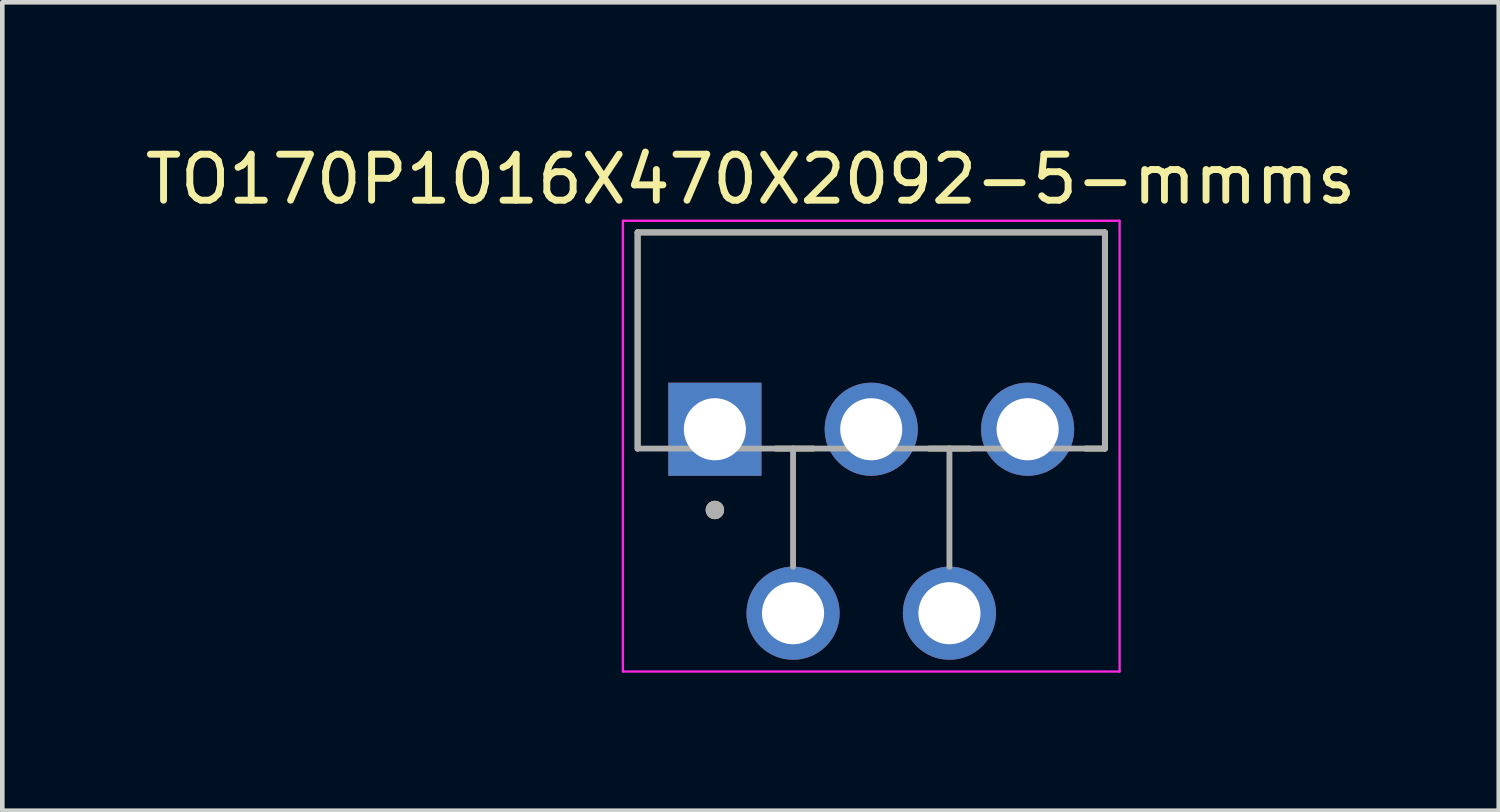
<source format=kicad_pcb>
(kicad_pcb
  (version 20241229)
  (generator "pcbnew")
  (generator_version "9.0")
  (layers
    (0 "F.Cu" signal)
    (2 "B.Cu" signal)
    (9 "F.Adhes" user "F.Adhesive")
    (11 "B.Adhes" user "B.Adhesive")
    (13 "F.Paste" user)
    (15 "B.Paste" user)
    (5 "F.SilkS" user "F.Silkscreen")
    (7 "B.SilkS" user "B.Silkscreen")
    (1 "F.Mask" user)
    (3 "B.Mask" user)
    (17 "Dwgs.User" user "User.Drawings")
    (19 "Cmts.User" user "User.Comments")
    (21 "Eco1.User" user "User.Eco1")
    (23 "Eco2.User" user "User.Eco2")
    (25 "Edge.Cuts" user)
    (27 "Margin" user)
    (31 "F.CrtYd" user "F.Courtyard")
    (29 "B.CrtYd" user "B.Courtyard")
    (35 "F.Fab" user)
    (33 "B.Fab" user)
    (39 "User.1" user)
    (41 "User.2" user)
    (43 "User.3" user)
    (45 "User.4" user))
  (footprint "TO170P1016X470X2092-5-mmms"
    (layer "F.Cu")
    (at 12.493 6.283)
    (property "Reference" "TO170P1016X470X2092-5-mmms" (at 0.775 -5.435 0) (layer "F.SilkS") (effects (font (size 1 1) (thickness 0.15))))
    (attr through_hole)
    (fp_line (start -1.68 -4.28) (end -1.68 0.42) (stroke (width 0.127) (type solid)) (layer "F.SilkS"))
    (fp_line (start -1.68 -4.28) (end 8.48 -4.28) (stroke (width 0.127) (type solid)) (layer "F.SilkS"))
    (fp_line (start 1.329 0.42) (end 2.14 0.42) (stroke (width 0.127) (type solid)) (layer "F.SilkS"))
    (fp_line (start 4.66 0.42) (end 5.54 0.42) (stroke (width 0.127) (type solid)) (layer "F.SilkS"))
    (fp_line (start 8.06 0.42) (end 8.48 0.42) (stroke (width 0.127) (type solid)) (layer "F.SilkS"))
    (fp_line (start 8.48 -4.28) (end 8.48 0.42) (stroke (width 0.127) (type solid)) (layer "F.SilkS"))
    (fp_circle (center 0 1.755) (end 0.1 1.755) (stroke (width 0.2) (type solid)) (fill no) (layer "F.SilkS"))
    (fp_line (start -2 -4.533) (end -2 5.268) (stroke (width 0.05) (type solid)) (layer "F.CrtYd"))
    (fp_line (start -2 -4.533) (end 8.8 -4.533) (stroke (width 0.05) (type solid)) (layer "F.CrtYd"))
    (fp_line (start -2 5.268) (end 8.8 5.268) (stroke (width 0.05) (type solid)) (layer "F.CrtYd"))
    (fp_line (start 8.8 -4.533) (end 8.8 5.268) (stroke (width 0.05) (type solid)) (layer "F.CrtYd"))
    (fp_line (start -1.68 -4.28) (end -1.68 0.42) (stroke (width 0.127) (type solid)) (layer "F.Fab"))
    (fp_line (start -1.68 -4.28) (end 8.48 -4.28) (stroke (width 0.127) (type solid)) (layer "F.Fab"))
    (fp_line (start -1.68 0.42) (end 1.7 0.42) (stroke (width 0.127) (type solid)) (layer "F.Fab"))
    (fp_line (start 1.7 0.42) (end 1.7 2.99) (stroke (width 0.127) (type solid)) (layer "F.Fab"))
    (fp_line (start 1.7 0.42) (end 5.1 0.42) (stroke (width 0.127) (type solid)) (layer "F.Fab"))
    (fp_line (start 5.1 0.42) (end 5.1 2.99) (stroke (width 0.127) (type solid)) (layer "F.Fab"))
    (fp_line (start 5.1 0.42) (end 8.48 0.42) (stroke (width 0.127) (type solid)) (layer "F.Fab"))
    (fp_line (start 8.48 -4.28) (end 8.48 0.42) (stroke (width 0.127) (type solid)) (layer "F.Fab"))
    (fp_circle (center 0 1.755) (end 0.1 1.755) (stroke (width 0.2) (type solid)) (fill no) (layer "F.Fab"))
    (pad "1" thru_hole rect (at 0 0) (size 2.025 2.025) (drill 1.35) (layers "*.Cu" "*.Mask"))
    (pad "2" thru_hole circle (at 1.7 4) (size 2.025 2.025) (drill 1.35) (layers "*.Cu" "*.Mask"))
    (pad "3" thru_hole circle (at 3.4 0) (size 2.025 2.025) (drill 1.35) (layers "*.Cu" "*.Mask"))
    (pad "4" thru_hole circle (at 5.1 4) (size 2.025 2.025) (drill 1.35) (layers "*.Cu" "*.Mask"))
    (pad "5" thru_hole circle (at 6.8 0) (size 2.025 2.025) (drill 1.35) (layers "*.Cu" "*.Mask")))
  (gr_rect
    (start -3 -3)
    (end 29.536 14.576)
    (stroke (width 0.1) (type default))
    (fill no)
    (layer "Edge.Cuts")))
</source>
